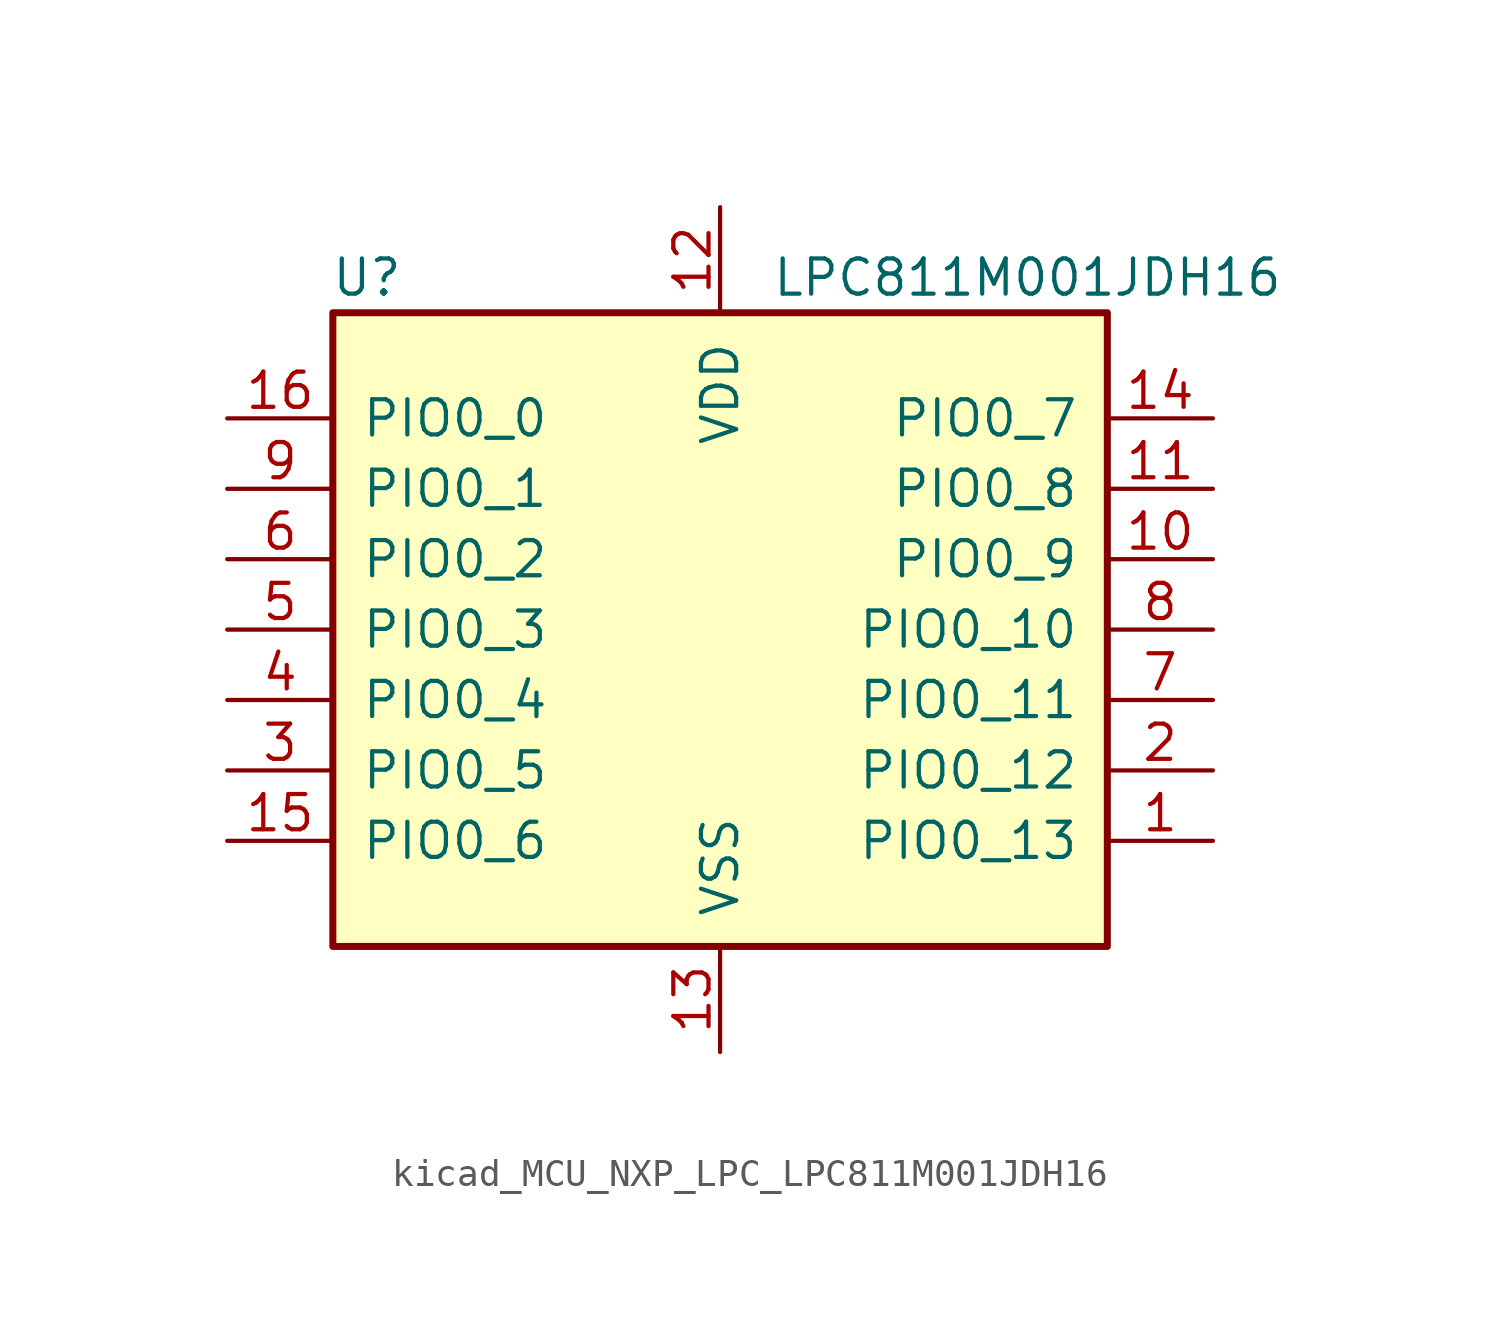
<source format=kicad_sym>
(kicad_symbol_lib
  (version 20220914)
  (generator kicad_symbol_editor)
  (symbol "kicad_MCU_NXP_LPC_LPC811M001JDH16"
    (pin_names
      (offset 1.016))
    (property "Reference" "U"
      (at -11.43 12.7 0)
      (effects (font (size 1.27 1.27)) (justify right)))
    (property "Value" "LPC811M001JDH16"
      (at 20.32 12.7 0)
      (effects (font (size 1.27 1.27)) (justify right)))
    (symbol "kicad_MCU_NXP_LPC_LPC811M001JDH16_0_1"
      (rectangle (start 13.97 11.43) (end -13.97 -11.43) (stroke (width 0.254) (type default)) (fill (type background))))
    (symbol "kicad_MCU_NXP_LPC_LPC811M001JDH16_1_1"
      (pin bidirectional line (at 17.78 -7.62 180) (length 3.81) (name "PIO0_13" (effects (font (size 1.27 1.27)))) (number "1" (effects (font (size 1.27 1.27)))))
      (pin bidirectional line (at 17.78 2.54 180) (length 3.81) (name "PIO0_9" (effects (font (size 1.27 1.27)))) (number "10" (effects (font (size 1.27 1.27)))))
      (pin bidirectional line (at 17.78 5.08 180) (length 3.81) (name "PIO0_8" (effects (font (size 1.27 1.27)))) (number "11" (effects (font (size 1.27 1.27)))))
      (pin power_in line (at 0 15.24 270) (length 3.81) (name "VDD" (effects (font (size 1.27 1.27)))) (number "12" (effects (font (size 1.27 1.27)))))
      (pin power_in line (at 0 -15.24 90) (length 3.81) (name "VSS" (effects (font (size 1.27 1.27)))) (number "13" (effects (font (size 1.27 1.27)))))
      (pin bidirectional line (at 17.78 7.62 180) (length 3.81) (name "PIO0_7" (effects (font (size 1.27 1.27)))) (number "14" (effects (font (size 1.27 1.27)))))
      (pin bidirectional line (at -17.78 -7.62 0) (length 3.81) (name "PIO0_6" (effects (font (size 1.27 1.27)))) (number "15" (effects (font (size 1.27 1.27)))))
      (pin bidirectional line (at -17.78 7.62 0) (length 3.81) (name "PIO0_0" (effects (font (size 1.27 1.27)))) (number "16" (effects (font (size 1.27 1.27)))))
      (pin bidirectional line (at 17.78 -5.08 180) (length 3.81) (name "PIO0_12" (effects (font (size 1.27 1.27)))) (number "2" (effects (font (size 1.27 1.27)))))
      (pin bidirectional line (at -17.78 -5.08 0) (length 3.81) (name "PIO0_5" (effects (font (size 1.27 1.27)))) (number "3" (effects (font (size 1.27 1.27)))))
      (pin bidirectional line (at -17.78 -2.54 0) (length 3.81) (name "PIO0_4" (effects (font (size 1.27 1.27)))) (number "4" (effects (font (size 1.27 1.27)))))
      (pin bidirectional line (at -17.78 0 0) (length 3.81) (name "PIO0_3" (effects (font (size 1.27 1.27)))) (number "5" (effects (font (size 1.27 1.27)))))
      (pin bidirectional line (at -17.78 2.54 0) (length 3.81) (name "PIO0_2" (effects (font (size 1.27 1.27)))) (number "6" (effects (font (size 1.27 1.27)))))
      (pin bidirectional line (at 17.78 -2.54 180) (length 3.81) (name "PIO0_11" (effects (font (size 1.27 1.27)))) (number "7" (effects (font (size 1.27 1.27)))))
      (pin bidirectional line (at 17.78 0 180) (length 3.81) (name "PIO0_10" (effects (font (size 1.27 1.27)))) (number "8" (effects (font (size 1.27 1.27)))))
      (pin bidirectional line (at -17.78 5.08 0) (length 3.81) (name "PIO0_1" (effects (font (size 1.27 1.27)))) (number "9" (effects (font (size 1.27 1.27))))))))
</source>
